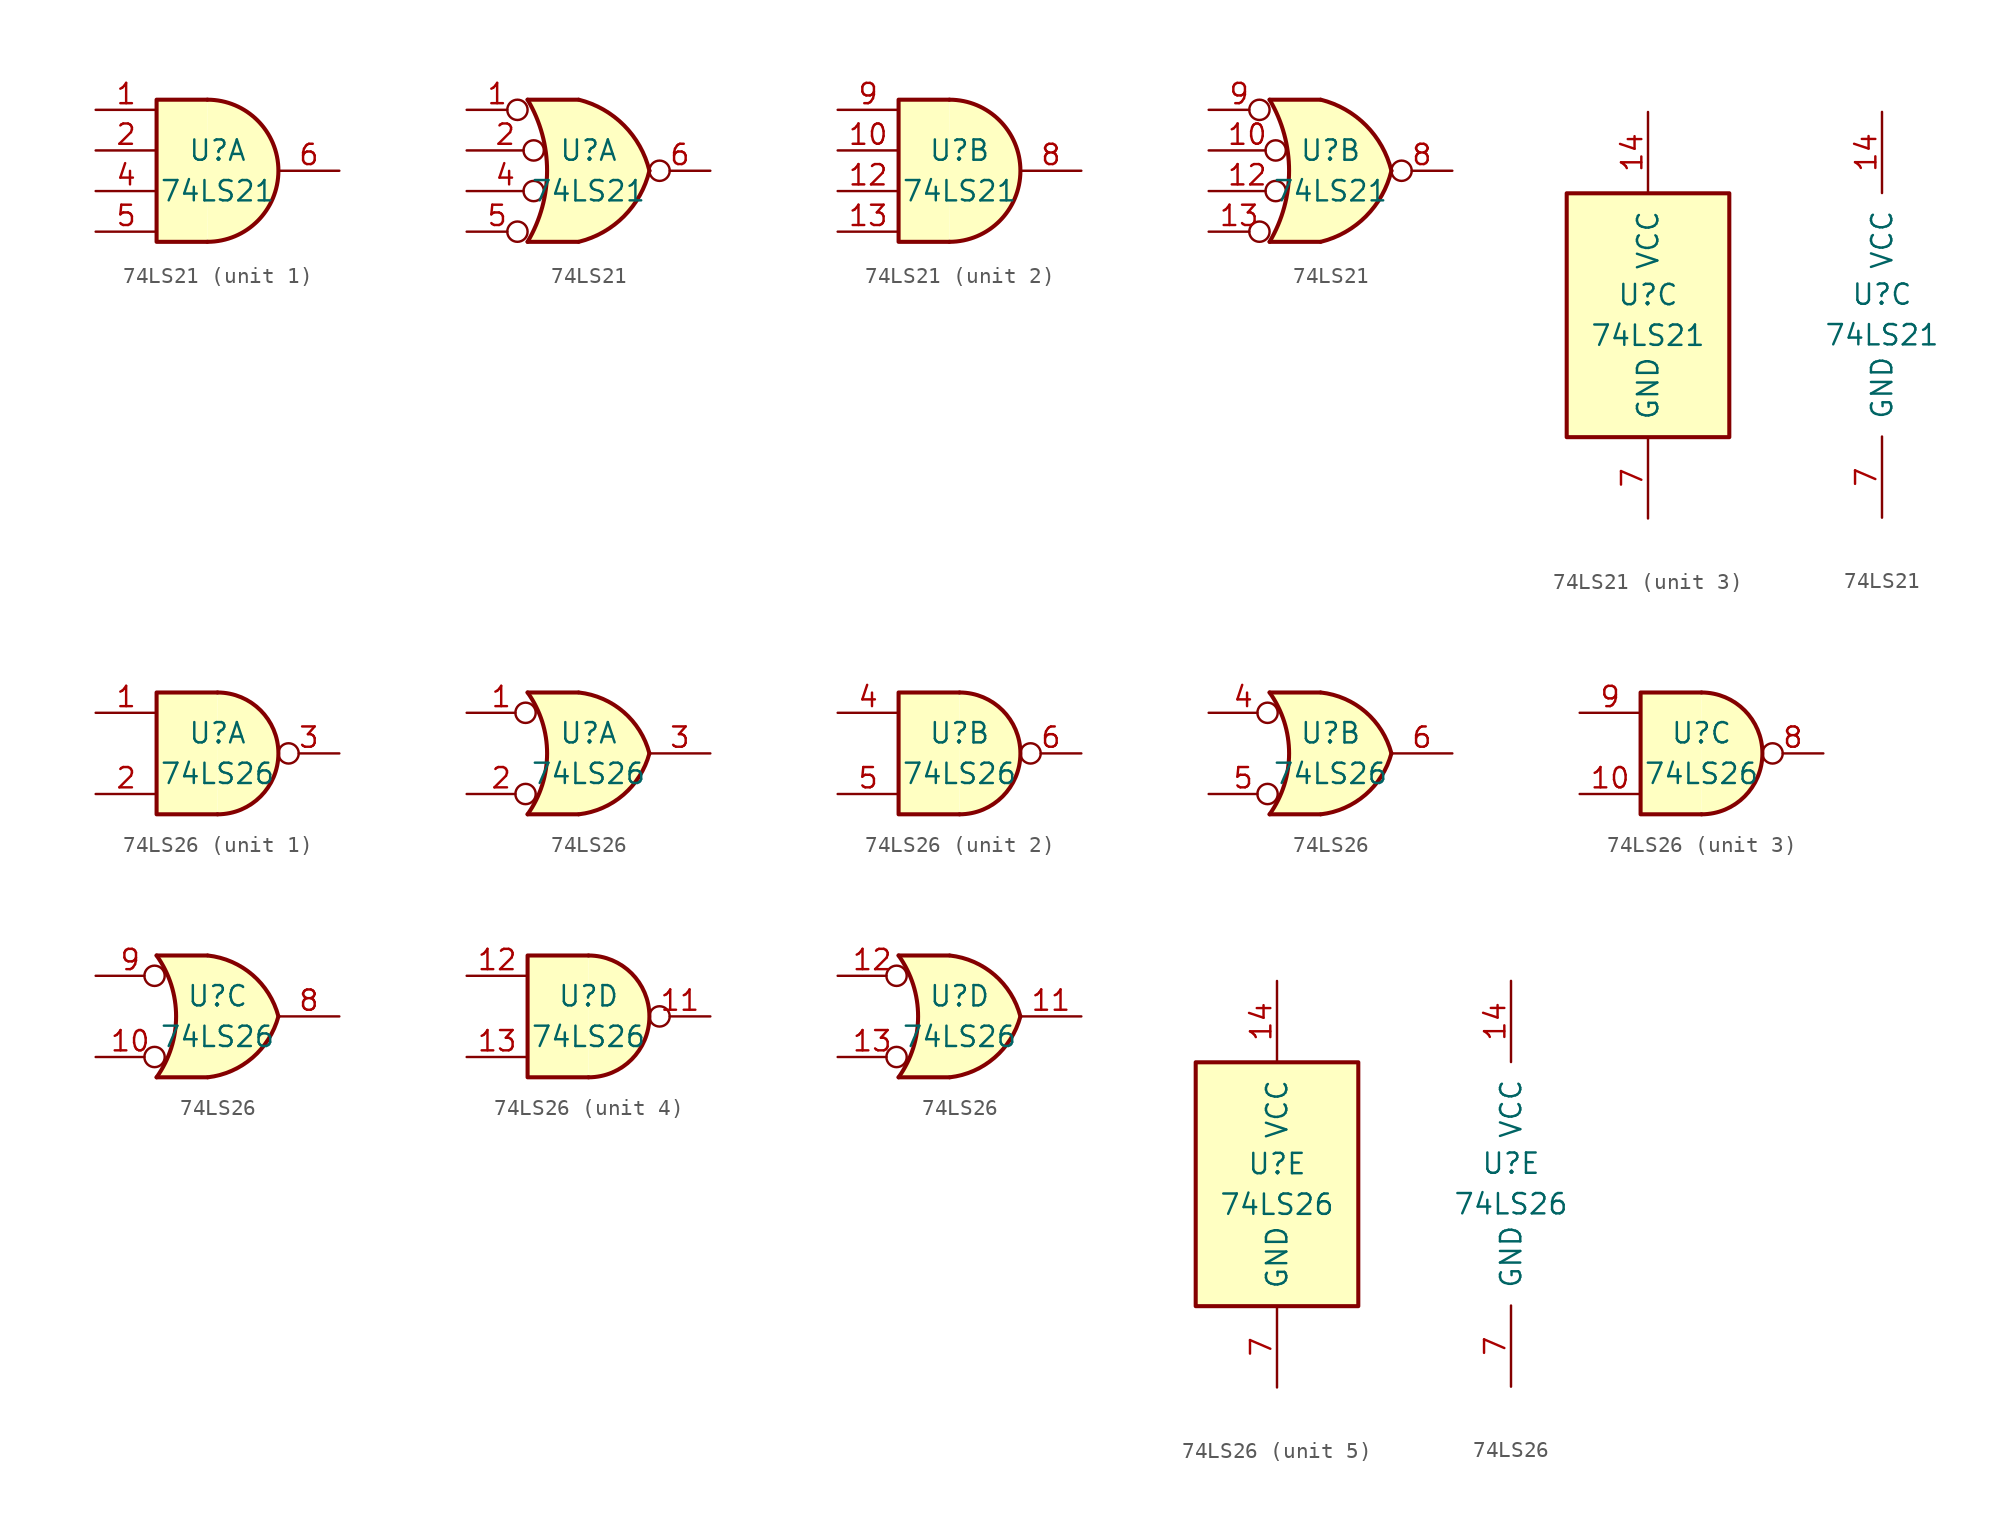
<source format=kicad_sym>
(kicad_symbol_lib
  (version 20211014)
  (generator kicad_symbol_editor)
  (symbol "74LS21"
    (pin_names
      (offset 1.016))
    (property "Reference" "U"
      (at 0 1.27 0)
      (effects (font (size 1.27 1.27))))
    (property "Value" "74LS21"
      (at 0 -1.27 0)
      (effects (font (size 1.27 1.27))))
    (property "ki_locked" ""
      (at 0 0 0)
      (effects (font (size 1.27 1.27))))
    (symbol "74LS21_1_1"
      (arc (start -0.635 -4.445) (mid 3.81 0) (end -0.635 4.445) (stroke (width 0.254) (type default) (color 0 0 0 0)) (fill (type background)))
      (polyline (pts (xy -0.635 4.445) (xy -3.81 4.445) (xy -3.81 -4.445) (xy -0.635 -4.445)) (stroke (width 0.254) (type default) (color 0 0 0 0)) (fill (type background)))
      (pin input line (at -7.62 3.81 0) (length 3.81) (name "~" (effects (font (size 1.27 1.27)))) (number "1" (effects (font (size 1.27 1.27)))))
      (pin input line (at -7.62 1.27 0) (length 3.81) (name "~" (effects (font (size 1.27 1.27)))) (number "2" (effects (font (size 1.27 1.27)))))
      (pin input line (at -7.62 -1.27 0) (length 3.81) (name "~" (effects (font (size 1.27 1.27)))) (number "4" (effects (font (size 1.27 1.27)))))
      (pin input line (at -7.62 -3.81 0) (length 3.81) (name "~" (effects (font (size 1.27 1.27)))) (number "5" (effects (font (size 1.27 1.27)))))
      (pin output line (at 7.62 0 180) (length 3.81) (name "~" (effects (font (size 1.27 1.27)))) (number "6" (effects (font (size 1.27 1.27))))))
    (symbol "74LS21_1_2"
      (arc (start -3.81 -4.445) (mid -2.5908 0) (end -3.81 4.445) (stroke (width 0.254) (type default) (color 0 0 0 0)) (fill (type none)))
      (arc (start -0.6096 -4.445) (mid 2.224 -2.8428) (end 3.81 0) (stroke (width 0.254) (type default) (color 0 0 0 0)) (fill (type background)))
      (polyline (pts (xy -3.81 -4.445) (xy -0.635 -4.445)) (stroke (width 0.254) (type default) (color 0 0 0 0)) (fill (type background)))
      (polyline (pts (xy -3.81 4.445) (xy -0.635 4.445)) (stroke (width 0.254) (type default) (color 0 0 0 0)) (fill (type background)))
      (polyline (pts (xy -0.635 4.445) (xy -3.81 4.445) (xy -3.81 4.445) (xy -3.632 4.089) (xy -3.099 2.921) (xy -2.769 1.676) (xy -2.616 0.432) (xy -2.642 -0.864) (xy -2.87 -2.108) (xy -3.251 -3.327) (xy -3.81 -4.445) (xy -3.81 -4.445) (xy -0.635 -4.445)) (stroke (width -25.4) (type default) (color 0 0 0 0)) (fill (type background)))
      (arc (start 3.81 0) (mid 2.2198 2.8386) (end -0.6096 4.445) (stroke (width 0.254) (type default) (color 0 0 0 0)) (fill (type background)))
      (pin input inverted (at -7.62 3.81 0) (length 3.81) (name "~" (effects (font (size 1.27 1.27)))) (number "1" (effects (font (size 1.27 1.27)))))
      (pin input inverted (at -7.62 1.27 0) (length 4.826) (name "~" (effects (font (size 1.27 1.27)))) (number "2" (effects (font (size 1.27 1.27)))))
      (pin input inverted (at -7.62 -1.27 0) (length 4.826) (name "~" (effects (font (size 1.27 1.27)))) (number "4" (effects (font (size 1.27 1.27)))))
      (pin input inverted (at -7.62 -3.81 0) (length 3.81) (name "~" (effects (font (size 1.27 1.27)))) (number "5" (effects (font (size 1.27 1.27)))))
      (pin output inverted (at 7.62 0 180) (length 3.81) (name "~" (effects (font (size 1.27 1.27)))) (number "6" (effects (font (size 1.27 1.27))))))
    (symbol "74LS21_2_1"
      (arc (start -0.635 -4.445) (mid 3.81 0) (end -0.635 4.445) (stroke (width 0.254) (type default) (color 0 0 0 0)) (fill (type background)))
      (polyline (pts (xy -0.635 4.445) (xy -3.81 4.445) (xy -3.81 -4.445) (xy -0.635 -4.445)) (stroke (width 0.254) (type default) (color 0 0 0 0)) (fill (type background)))
      (pin input line (at -7.62 1.27 0) (length 3.81) (name "~" (effects (font (size 1.27 1.27)))) (number "10" (effects (font (size 1.27 1.27)))))
      (pin input line (at -7.62 -1.27 0) (length 3.81) (name "~" (effects (font (size 1.27 1.27)))) (number "12" (effects (font (size 1.27 1.27)))))
      (pin input line (at -7.62 -3.81 0) (length 3.81) (name "~" (effects (font (size 1.27 1.27)))) (number "13" (effects (font (size 1.27 1.27)))))
      (pin output line (at 7.62 0 180) (length 3.81) (name "~" (effects (font (size 1.27 1.27)))) (number "8" (effects (font (size 1.27 1.27)))))
      (pin input line (at -7.62 3.81 0) (length 3.81) (name "~" (effects (font (size 1.27 1.27)))) (number "9" (effects (font (size 1.27 1.27))))))
    (symbol "74LS21_2_2"
      (arc (start -3.81 -4.445) (mid -2.5908 0) (end -3.81 4.445) (stroke (width 0.254) (type default) (color 0 0 0 0)) (fill (type none)))
      (arc (start -0.6096 -4.445) (mid 2.224 -2.8428) (end 3.81 0) (stroke (width 0.254) (type default) (color 0 0 0 0)) (fill (type background)))
      (polyline (pts (xy -3.81 -4.445) (xy -0.635 -4.445)) (stroke (width 0.254) (type default) (color 0 0 0 0)) (fill (type background)))
      (polyline (pts (xy -3.81 4.445) (xy -0.635 4.445)) (stroke (width 0.254) (type default) (color 0 0 0 0)) (fill (type background)))
      (polyline (pts (xy -0.635 4.445) (xy -3.81 4.445) (xy -3.81 4.445) (xy -3.632 4.089) (xy -3.099 2.921) (xy -2.769 1.676) (xy -2.616 0.432) (xy -2.642 -0.864) (xy -2.87 -2.108) (xy -3.251 -3.327) (xy -3.81 -4.445) (xy -3.81 -4.445) (xy -0.635 -4.445)) (stroke (width -25.4) (type default) (color 0 0 0 0)) (fill (type background)))
      (arc (start 3.81 0) (mid 2.2198 2.8386) (end -0.6096 4.445) (stroke (width 0.254) (type default) (color 0 0 0 0)) (fill (type background)))
      (pin input inverted (at -7.62 1.27 0) (length 4.826) (name "~" (effects (font (size 1.27 1.27)))) (number "10" (effects (font (size 1.27 1.27)))))
      (pin input inverted (at -7.62 -1.27 0) (length 4.826) (name "~" (effects (font (size 1.27 1.27)))) (number "12" (effects (font (size 1.27 1.27)))))
      (pin input inverted (at -7.62 -3.81 0) (length 3.81) (name "~" (effects (font (size 1.27 1.27)))) (number "13" (effects (font (size 1.27 1.27)))))
      (pin output inverted (at 7.62 0 180) (length 3.81) (name "~" (effects (font (size 1.27 1.27)))) (number "8" (effects (font (size 1.27 1.27)))))
      (pin input inverted (at -7.62 3.81 0) (length 3.81) (name "~" (effects (font (size 1.27 1.27)))) (number "9" (effects (font (size 1.27 1.27))))))
    (symbol "74LS21_3_0"
      (pin power_in line (at 0 12.7 270) (length 5.08) (name "VCC" (effects (font (size 1.27 1.27)))) (number "14" (effects (font (size 1.27 1.27)))))
      (pin power_in line (at 0 -12.7 90) (length 5.08) (name "GND" (effects (font (size 1.27 1.27)))) (number "7" (effects (font (size 1.27 1.27))))))
    (symbol "74LS21_3_1"
      (rectangle (start -5.08 7.62) (end 5.08 -7.62) (stroke (width 0.254) (type default) (color 0 0 0 0)) (fill (type background)))))
  (symbol "74LS26"
    (pin_names
      (offset 1.016))
    (property "Reference" "U"
      (at 0 1.27 0)
      (effects (font (size 1.27 1.27))))
    (property "Value" "74LS26"
      (at 0 -1.27 0)
      (effects (font (size 1.27 1.27))))
    (property "ki_locked" ""
      (at 0 0 0)
      (effects (font (size 1.27 1.27))))
    (symbol "74LS26_1_1"
      (arc (start 0 -3.81) (mid 3.81 0) (end 0 3.81) (stroke (width 0.254) (type default) (color 0 0 0 0)) (fill (type background)))
      (polyline (pts (xy 0 3.81) (xy -3.81 3.81) (xy -3.81 -3.81) (xy 0 -3.81)) (stroke (width 0.254) (type default) (color 0 0 0 0)) (fill (type background)))
      (pin input line (at -7.62 2.54 0) (length 3.81) (name "~" (effects (font (size 1.27 1.27)))) (number "1" (effects (font (size 1.27 1.27)))))
      (pin input line (at -7.62 -2.54 0) (length 3.81) (name "~" (effects (font (size 1.27 1.27)))) (number "2" (effects (font (size 1.27 1.27)))))
      (pin open_collector inverted (at 7.62 0 180) (length 3.81) (name "~" (effects (font (size 1.27 1.27)))) (number "3" (effects (font (size 1.27 1.27))))))
    (symbol "74LS26_1_2"
      (arc (start -3.81 -3.81) (mid -2.589 0) (end -3.81 3.81) (stroke (width 0.254) (type default) (color 0 0 0 0)) (fill (type none)))
      (arc (start -0.6096 -3.81) (mid 2.1855 -2.584) (end 3.81 0) (stroke (width 0.254) (type default) (color 0 0 0 0)) (fill (type background)))
      (polyline (pts (xy -3.81 -3.81) (xy -0.635 -3.81)) (stroke (width 0.254) (type default) (color 0 0 0 0)) (fill (type background)))
      (polyline (pts (xy -3.81 3.81) (xy -0.635 3.81)) (stroke (width 0.254) (type default) (color 0 0 0 0)) (fill (type background)))
      (polyline (pts (xy -0.635 3.81) (xy -3.81 3.81) (xy -3.81 3.81) (xy -3.556 3.404) (xy -3.023 2.261) (xy -2.692 1.041) (xy -2.616 -0.254) (xy -2.769 -1.499) (xy -3.175 -2.718) (xy -3.81 -3.81) (xy -3.81 -3.81) (xy -0.635 -3.81)) (stroke (width -25.4) (type default) (color 0 0 0 0)) (fill (type background)))
      (arc (start 3.81 0) (mid 2.1928 2.5925) (end -0.6096 3.81) (stroke (width 0.254) (type default) (color 0 0 0 0)) (fill (type background)))
      (pin input inverted (at -7.62 2.54 0) (length 4.318) (name "~" (effects (font (size 1.27 1.27)))) (number "1" (effects (font (size 1.27 1.27)))))
      (pin input inverted (at -7.62 -2.54 0) (length 4.318) (name "~" (effects (font (size 1.27 1.27)))) (number "2" (effects (font (size 1.27 1.27)))))
      (pin open_collector line (at 7.62 0 180) (length 3.81) (name "~" (effects (font (size 1.27 1.27)))) (number "3" (effects (font (size 1.27 1.27))))))
    (symbol "74LS26_2_1"
      (arc (start 0 -3.81) (mid 3.81 0) (end 0 3.81) (stroke (width 0.254) (type default) (color 0 0 0 0)) (fill (type background)))
      (polyline (pts (xy 0 3.81) (xy -3.81 3.81) (xy -3.81 -3.81) (xy 0 -3.81)) (stroke (width 0.254) (type default) (color 0 0 0 0)) (fill (type background)))
      (pin input line (at -7.62 2.54 0) (length 3.81) (name "~" (effects (font (size 1.27 1.27)))) (number "4" (effects (font (size 1.27 1.27)))))
      (pin input line (at -7.62 -2.54 0) (length 3.81) (name "~" (effects (font (size 1.27 1.27)))) (number "5" (effects (font (size 1.27 1.27)))))
      (pin open_collector inverted (at 7.62 0 180) (length 3.81) (name "~" (effects (font (size 1.27 1.27)))) (number "6" (effects (font (size 1.27 1.27))))))
    (symbol "74LS26_2_2"
      (arc (start -3.81 -3.81) (mid -2.589 0) (end -3.81 3.81) (stroke (width 0.254) (type default) (color 0 0 0 0)) (fill (type none)))
      (arc (start -0.6096 -3.81) (mid 2.1855 -2.584) (end 3.81 0) (stroke (width 0.254) (type default) (color 0 0 0 0)) (fill (type background)))
      (polyline (pts (xy -3.81 -3.81) (xy -0.635 -3.81)) (stroke (width 0.254) (type default) (color 0 0 0 0)) (fill (type background)))
      (polyline (pts (xy -3.81 3.81) (xy -0.635 3.81)) (stroke (width 0.254) (type default) (color 0 0 0 0)) (fill (type background)))
      (polyline (pts (xy -0.635 3.81) (xy -3.81 3.81) (xy -3.81 3.81) (xy -3.556 3.404) (xy -3.023 2.261) (xy -2.692 1.041) (xy -2.616 -0.254) (xy -2.769 -1.499) (xy -3.175 -2.718) (xy -3.81 -3.81) (xy -3.81 -3.81) (xy -0.635 -3.81)) (stroke (width -25.4) (type default) (color 0 0 0 0)) (fill (type background)))
      (arc (start 3.81 0) (mid 2.1928 2.5925) (end -0.6096 3.81) (stroke (width 0.254) (type default) (color 0 0 0 0)) (fill (type background)))
      (pin input inverted (at -7.62 2.54 0) (length 4.318) (name "~" (effects (font (size 1.27 1.27)))) (number "4" (effects (font (size 1.27 1.27)))))
      (pin input inverted (at -7.62 -2.54 0) (length 4.318) (name "~" (effects (font (size 1.27 1.27)))) (number "5" (effects (font (size 1.27 1.27)))))
      (pin open_collector line (at 7.62 0 180) (length 3.81) (name "~" (effects (font (size 1.27 1.27)))) (number "6" (effects (font (size 1.27 1.27))))))
    (symbol "74LS26_3_1"
      (arc (start 0 -3.81) (mid 3.81 0) (end 0 3.81) (stroke (width 0.254) (type default) (color 0 0 0 0)) (fill (type background)))
      (polyline (pts (xy 0 3.81) (xy -3.81 3.81) (xy -3.81 -3.81) (xy 0 -3.81)) (stroke (width 0.254) (type default) (color 0 0 0 0)) (fill (type background)))
      (pin input line (at -7.62 -2.54 0) (length 3.81) (name "~" (effects (font (size 1.27 1.27)))) (number "10" (effects (font (size 1.27 1.27)))))
      (pin open_collector inverted (at 7.62 0 180) (length 3.81) (name "~" (effects (font (size 1.27 1.27)))) (number "8" (effects (font (size 1.27 1.27)))))
      (pin input line (at -7.62 2.54 0) (length 3.81) (name "~" (effects (font (size 1.27 1.27)))) (number "9" (effects (font (size 1.27 1.27))))))
    (symbol "74LS26_3_2"
      (arc (start -3.81 -3.81) (mid -2.589 0) (end -3.81 3.81) (stroke (width 0.254) (type default) (color 0 0 0 0)) (fill (type none)))
      (arc (start -0.6096 -3.81) (mid 2.1855 -2.584) (end 3.81 0) (stroke (width 0.254) (type default) (color 0 0 0 0)) (fill (type background)))
      (polyline (pts (xy -3.81 -3.81) (xy -0.635 -3.81)) (stroke (width 0.254) (type default) (color 0 0 0 0)) (fill (type background)))
      (polyline (pts (xy -3.81 3.81) (xy -0.635 3.81)) (stroke (width 0.254) (type default) (color 0 0 0 0)) (fill (type background)))
      (polyline (pts (xy -0.635 3.81) (xy -3.81 3.81) (xy -3.81 3.81) (xy -3.556 3.404) (xy -3.023 2.261) (xy -2.692 1.041) (xy -2.616 -0.254) (xy -2.769 -1.499) (xy -3.175 -2.718) (xy -3.81 -3.81) (xy -3.81 -3.81) (xy -0.635 -3.81)) (stroke (width -25.4) (type default) (color 0 0 0 0)) (fill (type background)))
      (arc (start 3.81 0) (mid 2.1928 2.5925) (end -0.6096 3.81) (stroke (width 0.254) (type default) (color 0 0 0 0)) (fill (type background)))
      (pin input inverted (at -7.62 -2.54 0) (length 4.318) (name "~" (effects (font (size 1.27 1.27)))) (number "10" (effects (font (size 1.27 1.27)))))
      (pin open_collector line (at 7.62 0 180) (length 3.81) (name "~" (effects (font (size 1.27 1.27)))) (number "8" (effects (font (size 1.27 1.27)))))
      (pin input inverted (at -7.62 2.54 0) (length 4.318) (name "~" (effects (font (size 1.27 1.27)))) (number "9" (effects (font (size 1.27 1.27))))))
    (symbol "74LS26_4_1"
      (arc (start 0 -3.81) (mid 3.81 0) (end 0 3.81) (stroke (width 0.254) (type default) (color 0 0 0 0)) (fill (type background)))
      (polyline (pts (xy 0 3.81) (xy -3.81 3.81) (xy -3.81 -3.81) (xy 0 -3.81)) (stroke (width 0.254) (type default) (color 0 0 0 0)) (fill (type background)))
      (pin open_collector inverted (at 7.62 0 180) (length 3.81) (name "~" (effects (font (size 1.27 1.27)))) (number "11" (effects (font (size 1.27 1.27)))))
      (pin input line (at -7.62 2.54 0) (length 3.81) (name "~" (effects (font (size 1.27 1.27)))) (number "12" (effects (font (size 1.27 1.27)))))
      (pin input line (at -7.62 -2.54 0) (length 3.81) (name "~" (effects (font (size 1.27 1.27)))) (number "13" (effects (font (size 1.27 1.27))))))
    (symbol "74LS26_4_2"
      (arc (start -3.81 -3.81) (mid -2.589 0) (end -3.81 3.81) (stroke (width 0.254) (type default) (color 0 0 0 0)) (fill (type none)))
      (arc (start -0.6096 -3.81) (mid 2.1855 -2.584) (end 3.81 0) (stroke (width 0.254) (type default) (color 0 0 0 0)) (fill (type background)))
      (polyline (pts (xy -3.81 -3.81) (xy -0.635 -3.81)) (stroke (width 0.254) (type default) (color 0 0 0 0)) (fill (type background)))
      (polyline (pts (xy -3.81 3.81) (xy -0.635 3.81)) (stroke (width 0.254) (type default) (color 0 0 0 0)) (fill (type background)))
      (polyline (pts (xy -0.635 3.81) (xy -3.81 3.81) (xy -3.81 3.81) (xy -3.556 3.404) (xy -3.023 2.261) (xy -2.692 1.041) (xy -2.616 -0.254) (xy -2.769 -1.499) (xy -3.175 -2.718) (xy -3.81 -3.81) (xy -3.81 -3.81) (xy -0.635 -3.81)) (stroke (width -25.4) (type default) (color 0 0 0 0)) (fill (type background)))
      (arc (start 3.81 0) (mid 2.1928 2.5925) (end -0.6096 3.81) (stroke (width 0.254) (type default) (color 0 0 0 0)) (fill (type background)))
      (pin open_collector line (at 7.62 0 180) (length 3.81) (name "~" (effects (font (size 1.27 1.27)))) (number "11" (effects (font (size 1.27 1.27)))))
      (pin input inverted (at -7.62 2.54 0) (length 4.318) (name "~" (effects (font (size 1.27 1.27)))) (number "12" (effects (font (size 1.27 1.27)))))
      (pin input inverted (at -7.62 -2.54 0) (length 4.318) (name "~" (effects (font (size 1.27 1.27)))) (number "13" (effects (font (size 1.27 1.27))))))
    (symbol "74LS26_5_0"
      (pin power_in line (at 0 12.7 270) (length 5.08) (name "VCC" (effects (font (size 1.27 1.27)))) (number "14" (effects (font (size 1.27 1.27)))))
      (pin power_in line (at 0 -12.7 90) (length 5.08) (name "GND" (effects (font (size 1.27 1.27)))) (number "7" (effects (font (size 1.27 1.27))))))
    (symbol "74LS26_5_1"
      (rectangle (start -5.08 7.62) (end 5.08 -7.62) (stroke (width 0.254) (type default) (color 0 0 0 0)) (fill (type background))))))
</source>
